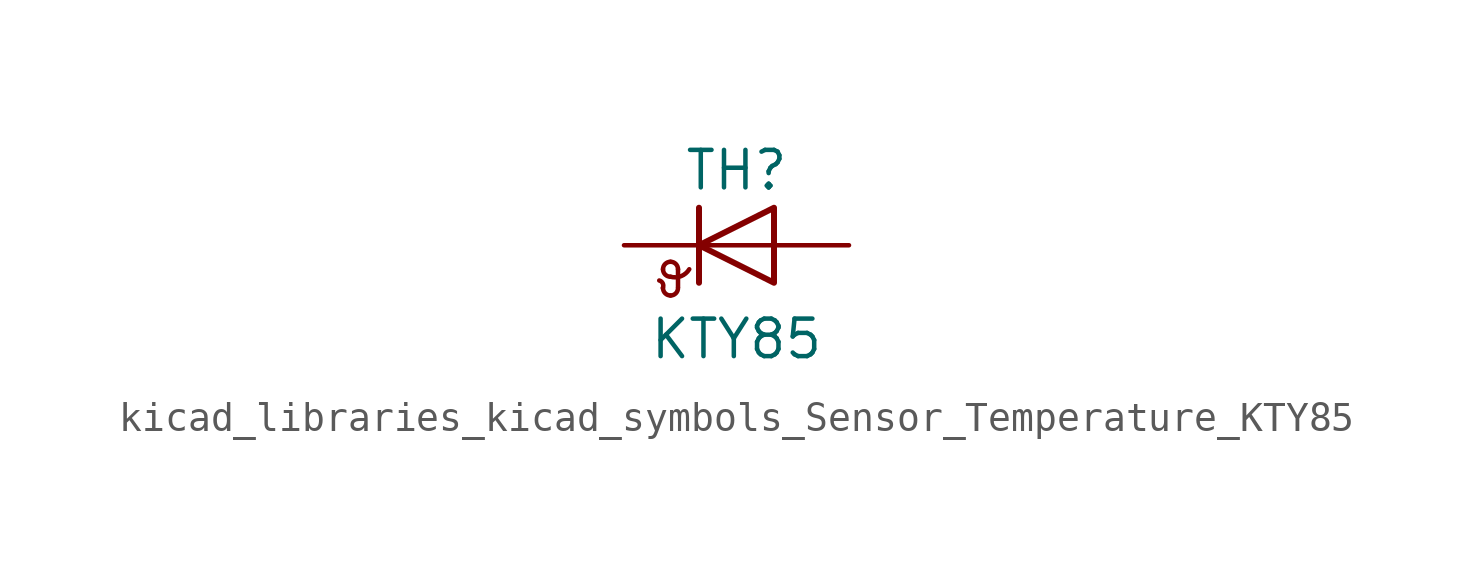
<source format=kicad_sym>
(kicad_symbol_lib
  (version 20220914)
  (generator kicad_symbol_editor)
  (symbol "kicad_libraries_kicad_symbols_Sensor_Temperature_KTY85"
    (pin_numbers hide)
    (pin_names
      (offset 0) hide)
    (property "Reference" "TH"
      (at 0 2.54 0)
      (effects (font (size 1.27 1.27))))
    (property "Value" "KTY85"
      (at 0 -3.175 0)
      (effects (font (size 1.27 1.27))))
    (symbol "kicad_libraries_kicad_symbols_Sensor_Temperature_KTY85_0_1"
      (arc (start -2.4892 -1.4478) (mid -2.4907 -1.2925) (end -2.6162 -1.1938) (stroke (width 0) (type default)) (fill (type none)))
      (arc (start -2.4892 -1.4478) (mid -2.4148 -1.6274) (end -2.2352 -1.7018) (stroke (width 0) (type default)) (fill (type none)))
      (arc (start -2.4892 -0.8128) (mid -2.4148 -0.9924) (end -2.2352 -1.0668) (stroke (width 0) (type default)) (fill (type none)))
      (arc (start -2.2352 -1.7018) (mid -2.0556 -1.6274) (end -1.9812 -1.4478) (stroke (width 0) (type default)) (fill (type none)))
      (arc (start -2.2352 -1.0668) (mid -1.8805 -1.0481) (end -1.6002 -0.8128) (stroke (width 0) (type default)) (fill (type none)))
      (arc (start -2.2352 -0.5588) (mid -2.4148 -0.6332) (end -2.4892 -0.8128) (stroke (width 0) (type default)) (fill (type none)))
      (arc (start -1.9812 -0.8128) (mid -2.0556 -0.6332) (end -2.2352 -0.5588) (stroke (width 0) (type default)) (fill (type none)))
      (polyline (pts (xy -1.981 -1.422) (xy -1.981 -0.813)) (stroke (width 0) (type default)) (fill (type none)))
      (polyline (pts (xy -1.27 1.27) (xy -1.27 -1.27)) (stroke (width 0.203) (type default)) (fill (type none)))
      (polyline (pts (xy 1.27 0) (xy -1.27 0)) (stroke (width 0) (type default)) (fill (type none)))
      (polyline (pts (xy 1.27 -1.27) (xy 1.27 1.27) (xy -1.27 0) (xy 1.27 -1.27)) (stroke (width 0.203) (type default)) (fill (type none))))
    (symbol "kicad_libraries_kicad_symbols_Sensor_Temperature_KTY85_1_1"
      (pin passive line (at -3.81 0 0) (length 2.54) (name "K" (effects (font (size 1.27 1.27)))) (number "1" (effects (font (size 1.27 1.27)))))
      (pin passive line (at 3.81 0 180) (length 2.54) (name "A" (effects (font (size 1.27 1.27)))) (number "2" (effects (font (size 1.27 1.27))))))))
</source>
